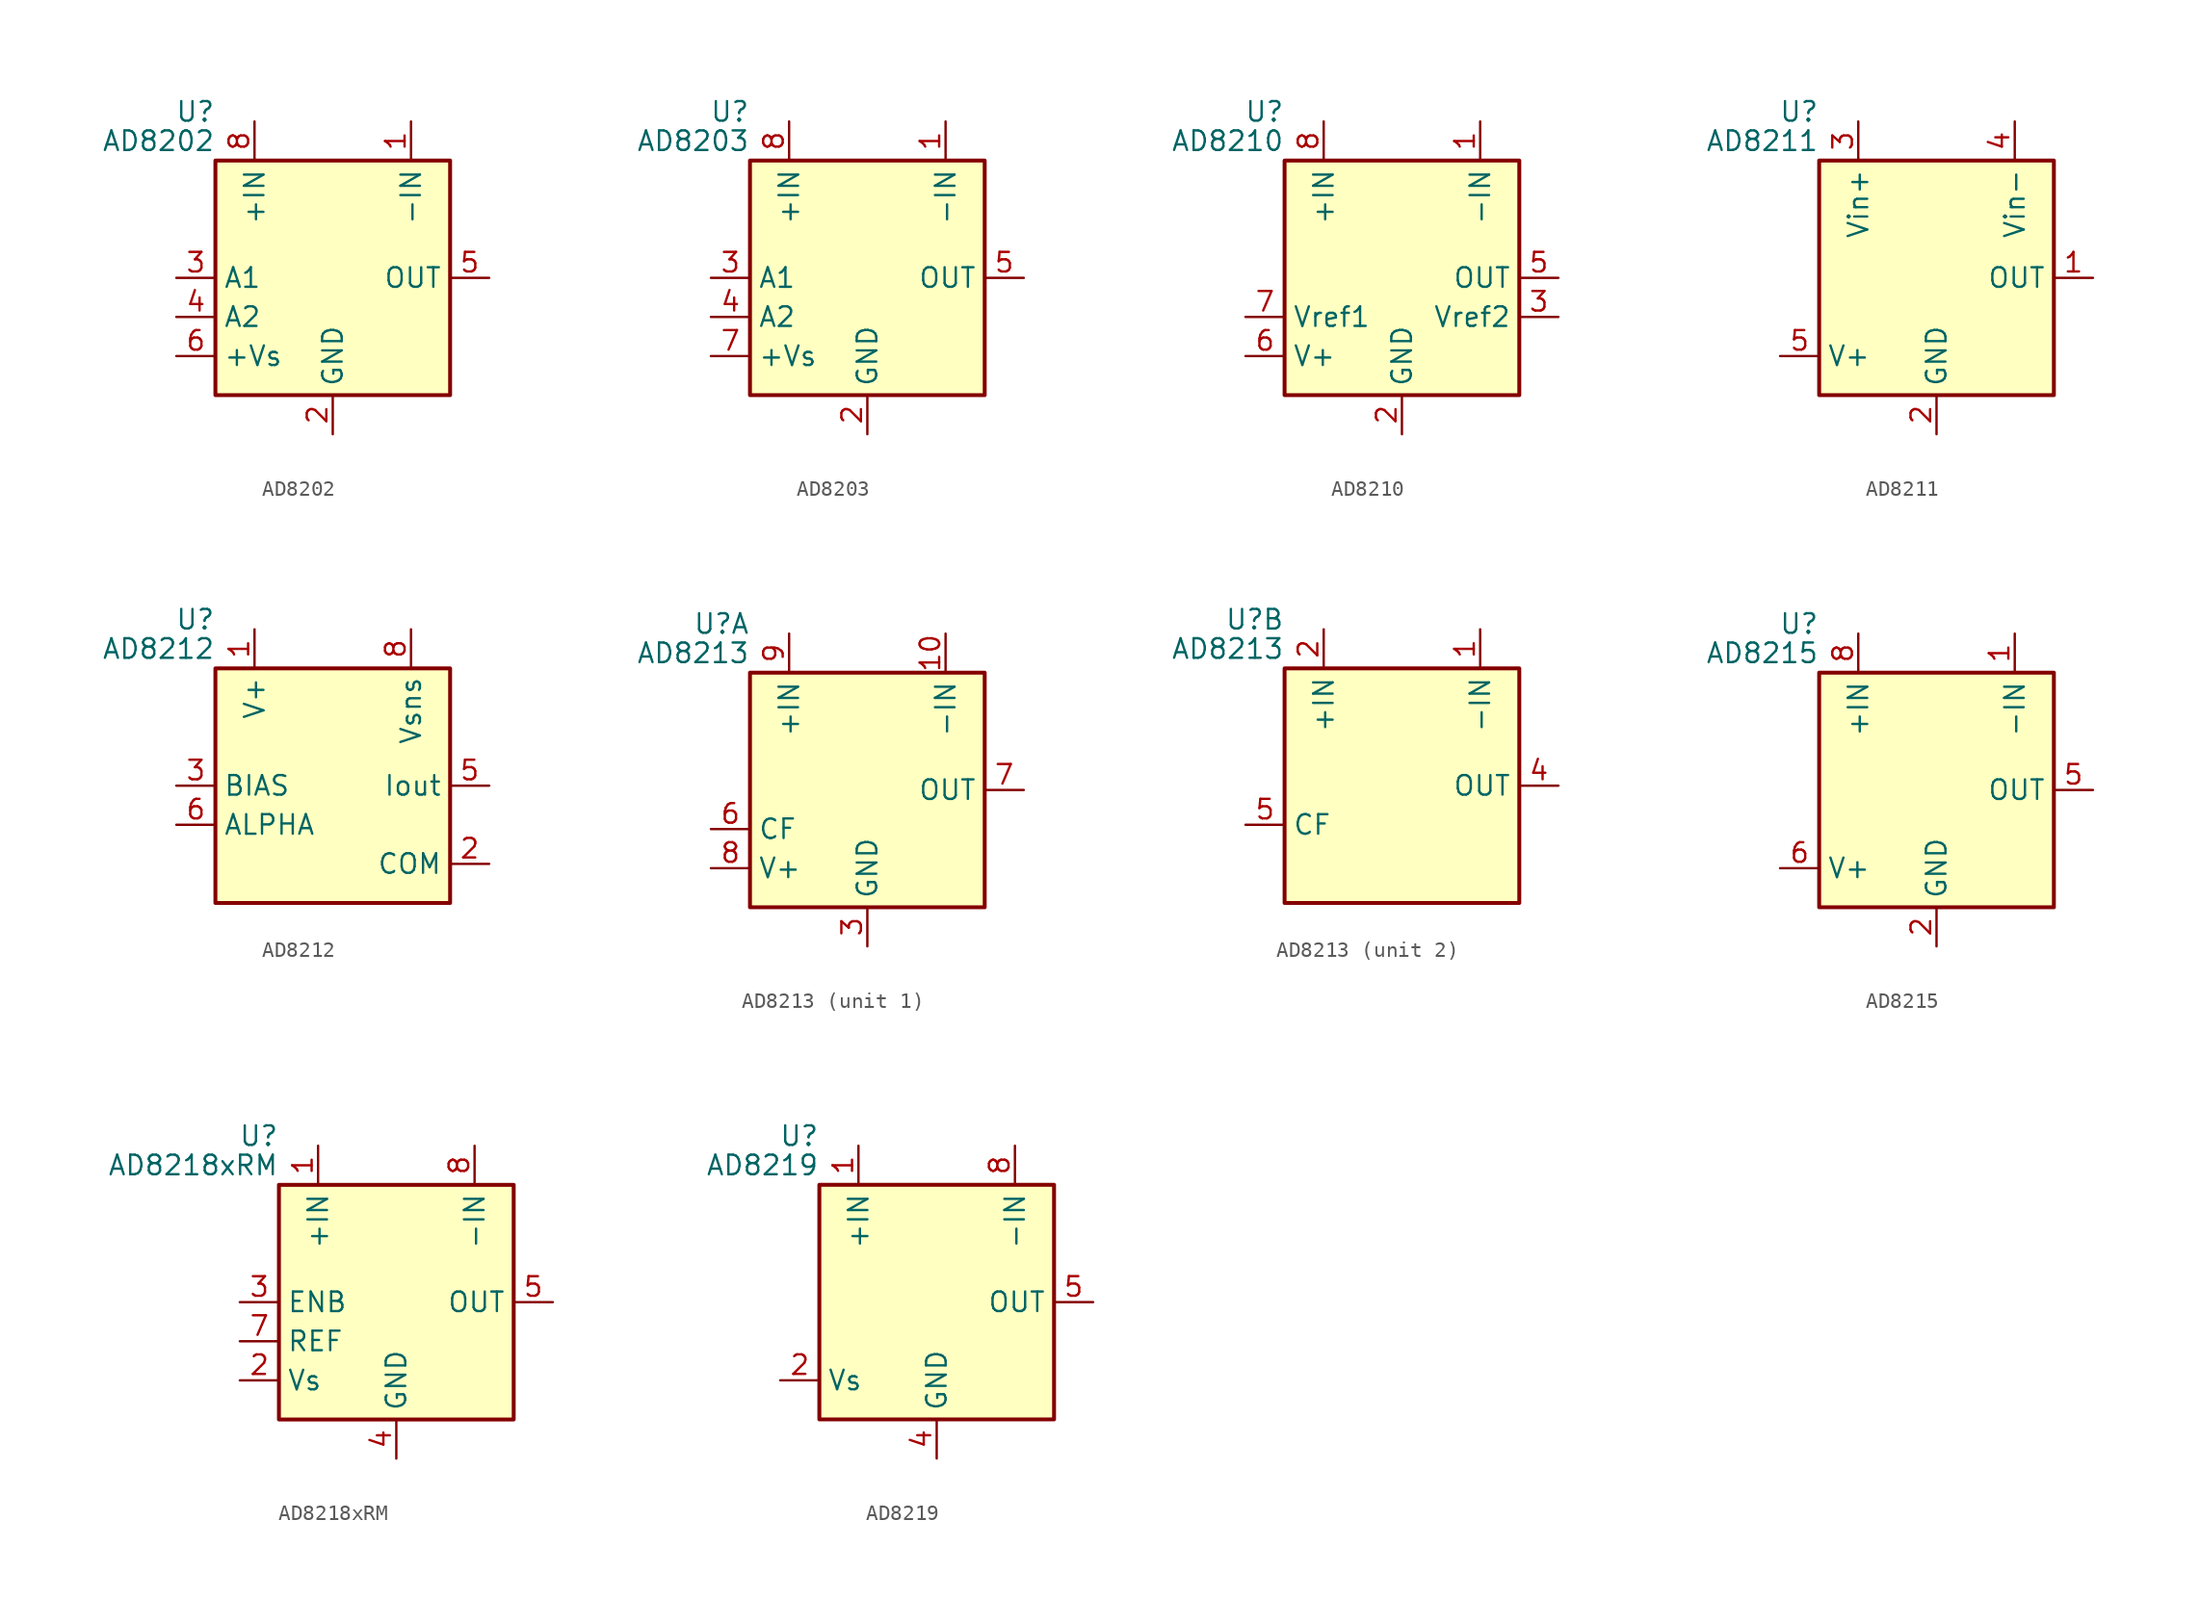
<source format=kicad_sym>
(kicad_symbol_lib
  (version 20211014)
  (generator kicad_symbol_editor)
  (symbol "AD8202"
    (property "Reference" "U"
      (at -7.62 10.795 0)
      (effects (font (size 1.27 1.27)) (justify right)))
    (property "Value" "AD8202"
      (at -7.62 8.89 0)
      (effects (font (size 1.27 1.27)) (justify right)))
    (symbol "AD8202_0_1"
      (rectangle (start -7.62 7.62) (end 7.62 -7.62) (stroke (width 0.254) (type default) (color 0 0 0 0)) (fill (type background))))
    (symbol "AD8202_1_1"
      (pin input line (at 5.08 10.16 270) (length 2.54) (name "-IN" (effects (font (size 1.27 1.27)))) (number "1" (effects (font (size 1.27 1.27)))))
      (pin power_in line (at 0 -10.16 90) (length 2.54) (name "GND" (effects (font (size 1.27 1.27)))) (number "2" (effects (font (size 1.27 1.27)))))
      (pin output line (at -10.16 0 0) (length 2.54) (name "A1" (effects (font (size 1.27 1.27)))) (number "3" (effects (font (size 1.27 1.27)))))
      (pin input line (at -10.16 -2.54 0) (length 2.54) (name "A2" (effects (font (size 1.27 1.27)))) (number "4" (effects (font (size 1.27 1.27)))))
      (pin output line (at 10.16 0 180) (length 2.54) (name "OUT" (effects (font (size 1.27 1.27)))) (number "5" (effects (font (size 1.27 1.27)))))
      (pin power_in line (at -10.16 -5.08 0) (length 2.54) (name "+Vs" (effects (font (size 1.27 1.27)))) (number "6" (effects (font (size 1.27 1.27)))))
      (pin no_connect line (at 2.54 -7.62 90) (length 2.54) hide (name "NC" (effects (font (size 1.27 1.27)))) (number "7" (effects (font (size 1.27 1.27)))))
      (pin input line (at -5.08 10.16 270) (length 2.54) (name "+IN" (effects (font (size 1.27 1.27)))) (number "8" (effects (font (size 1.27 1.27)))))))
  (symbol "AD8203"
    (property "Reference" "U"
      (at -7.62 10.795 0)
      (effects (font (size 1.27 1.27)) (justify right)))
    (property "Value" "AD8203"
      (at -7.62 8.89 0)
      (effects (font (size 1.27 1.27)) (justify right)))
    (symbol "AD8203_0_1"
      (rectangle (start -7.62 7.62) (end 7.62 -7.62) (stroke (width 0.254) (type default) (color 0 0 0 0)) (fill (type background))))
    (symbol "AD8203_1_1"
      (pin input line (at 5.08 10.16 270) (length 2.54) (name "-IN" (effects (font (size 1.27 1.27)))) (number "1" (effects (font (size 1.27 1.27)))))
      (pin power_in line (at 0 -10.16 90) (length 2.54) (name "GND" (effects (font (size 1.27 1.27)))) (number "2" (effects (font (size 1.27 1.27)))))
      (pin output line (at -10.16 0 0) (length 2.54) (name "A1" (effects (font (size 1.27 1.27)))) (number "3" (effects (font (size 1.27 1.27)))))
      (pin input line (at -10.16 -2.54 0) (length 2.54) (name "A2" (effects (font (size 1.27 1.27)))) (number "4" (effects (font (size 1.27 1.27)))))
      (pin output line (at 10.16 0 180) (length 2.54) (name "OUT" (effects (font (size 1.27 1.27)))) (number "5" (effects (font (size 1.27 1.27)))))
      (pin no_connect line (at 2.54 -7.62 90) (length 2.54) hide (name "NC" (effects (font (size 1.27 1.27)))) (number "6" (effects (font (size 1.27 1.27)))))
      (pin power_in line (at -10.16 -5.08 0) (length 2.54) (name "+Vs" (effects (font (size 1.27 1.27)))) (number "7" (effects (font (size 1.27 1.27)))))
      (pin input line (at -5.08 10.16 270) (length 2.54) (name "+IN" (effects (font (size 1.27 1.27)))) (number "8" (effects (font (size 1.27 1.27)))))))
  (symbol "AD8210"
    (property "Reference" "U"
      (at -7.62 10.795 0)
      (effects (font (size 1.27 1.27)) (justify right)))
    (property "Value" "AD8210"
      (at -7.62 8.89 0)
      (effects (font (size 1.27 1.27)) (justify right)))
    (symbol "AD8210_0_1"
      (rectangle (start -7.62 7.62) (end 7.62 -7.62) (stroke (width 0.254) (type default) (color 0 0 0 0)) (fill (type background))))
    (symbol "AD8210_1_1"
      (pin input line (at 5.08 10.16 270) (length 2.54) (name "-IN" (effects (font (size 1.27 1.27)))) (number "1" (effects (font (size 1.27 1.27)))))
      (pin power_in line (at 0 -10.16 90) (length 2.54) (name "GND" (effects (font (size 1.27 1.27)))) (number "2" (effects (font (size 1.27 1.27)))))
      (pin input line (at 10.16 -2.54 180) (length 2.54) (name "Vref2" (effects (font (size 1.27 1.27)))) (number "3" (effects (font (size 1.27 1.27)))))
      (pin no_connect line (at 2.54 -7.62 90) (length 2.54) hide (name "NC" (effects (font (size 1.27 1.27)))) (number "4" (effects (font (size 1.27 1.27)))))
      (pin output line (at 10.16 0 180) (length 2.54) (name "OUT" (effects (font (size 1.27 1.27)))) (number "5" (effects (font (size 1.27 1.27)))))
      (pin power_in line (at -10.16 -5.08 0) (length 2.54) (name "V+" (effects (font (size 1.27 1.27)))) (number "6" (effects (font (size 1.27 1.27)))))
      (pin input line (at -10.16 -2.54 0) (length 2.54) (name "Vref1" (effects (font (size 1.27 1.27)))) (number "7" (effects (font (size 1.27 1.27)))))
      (pin input line (at -5.08 10.16 270) (length 2.54) (name "+IN" (effects (font (size 1.27 1.27)))) (number "8" (effects (font (size 1.27 1.27)))))))
  (symbol "AD8211"
    (property "Reference" "U"
      (at -7.62 10.795 0)
      (effects (font (size 1.27 1.27)) (justify right)))
    (property "Value" "AD8211"
      (at -7.62 8.89 0)
      (effects (font (size 1.27 1.27)) (justify right)))
    (symbol "AD8211_0_1"
      (rectangle (start -7.62 7.62) (end 7.62 -7.62) (stroke (width 0.254) (type default) (color 0 0 0 0)) (fill (type background))))
    (symbol "AD8211_1_1"
      (pin output line (at 10.16 0 180) (length 2.54) (name "OUT" (effects (font (size 1.27 1.27)))) (number "1" (effects (font (size 1.27 1.27)))))
      (pin power_in line (at 0 -10.16 90) (length 2.54) (name "GND" (effects (font (size 1.27 1.27)))) (number "2" (effects (font (size 1.27 1.27)))))
      (pin input line (at -5.08 10.16 270) (length 2.54) (name "Vin+" (effects (font (size 1.27 1.27)))) (number "3" (effects (font (size 1.27 1.27)))))
      (pin input line (at 5.08 10.16 270) (length 2.54) (name "Vin-" (effects (font (size 1.27 1.27)))) (number "4" (effects (font (size 1.27 1.27)))))
      (pin power_in line (at -10.16 -5.08 0) (length 2.54) (name "V+" (effects (font (size 1.27 1.27)))) (number "5" (effects (font (size 1.27 1.27)))))))
  (symbol "AD8212"
    (property "Reference" "U"
      (at -7.62 10.795 0)
      (effects (font (size 1.27 1.27)) (justify right)))
    (property "Value" "AD8212"
      (at -7.62 8.89 0)
      (effects (font (size 1.27 1.27)) (justify right)))
    (symbol "AD8212_0_1"
      (rectangle (start -7.62 7.62) (end 7.62 -7.62) (stroke (width 0.254) (type default) (color 0 0 0 0)) (fill (type background))))
    (symbol "AD8212_1_1"
      (pin power_in line (at -5.08 10.16 270) (length 2.54) (name "V+" (effects (font (size 1.27 1.27)))) (number "1" (effects (font (size 1.27 1.27)))))
      (pin input line (at 10.16 -5.08 180) (length 2.54) (name "COM" (effects (font (size 1.27 1.27)))) (number "2" (effects (font (size 1.27 1.27)))))
      (pin input line (at -10.16 0 0) (length 2.54) (name "BIAS" (effects (font (size 1.27 1.27)))) (number "3" (effects (font (size 1.27 1.27)))))
      (pin no_connect line (at -2.54 -7.62 90) (length 2.54) hide (name "NC" (effects (font (size 1.27 1.27)))) (number "4" (effects (font (size 1.27 1.27)))))
      (pin output line (at 10.16 0 180) (length 2.54) (name "Iout" (effects (font (size 1.27 1.27)))) (number "5" (effects (font (size 1.27 1.27)))))
      (pin output line (at -10.16 -2.54 0) (length 2.54) (name "ALPHA" (effects (font (size 1.27 1.27)))) (number "6" (effects (font (size 1.27 1.27)))))
      (pin no_connect line (at 0 -7.62 90) (length 2.54) hide (name "NC" (effects (font (size 1.27 1.27)))) (number "7" (effects (font (size 1.27 1.27)))))
      (pin input line (at 5.08 10.16 270) (length 2.54) (name "Vsns" (effects (font (size 1.27 1.27)))) (number "8" (effects (font (size 1.27 1.27)))))))
  (symbol "AD8213"
    (property "Reference" "U"
      (at -7.62 10.795 0)
      (effects (font (size 1.27 1.27)) (justify right)))
    (property "Value" "AD8213"
      (at -7.62 8.89 0)
      (effects (font (size 1.27 1.27)) (justify right)))
    (symbol "AD8213_0_1"
      (rectangle (start -7.62 7.62) (end 7.62 -7.62) (stroke (width 0.254) (type default) (color 0 0 0 0)) (fill (type background))))
    (symbol "AD8213_1_1"
      (pin input line (at 5.08 10.16 270) (length 2.54) (name "-IN" (effects (font (size 1.27 1.27)))) (number "10" (effects (font (size 1.27 1.27)))))
      (pin power_in line (at 0 -10.16 90) (length 2.54) (name "GND" (effects (font (size 1.27 1.27)))) (number "3" (effects (font (size 1.27 1.27)))))
      (pin passive line (at -10.16 -2.54 0) (length 2.54) (name "CF" (effects (font (size 1.27 1.27)))) (number "6" (effects (font (size 1.27 1.27)))))
      (pin output line (at 10.16 0 180) (length 2.54) (name "OUT" (effects (font (size 1.27 1.27)))) (number "7" (effects (font (size 1.27 1.27)))))
      (pin power_in line (at -10.16 -5.08 0) (length 2.54) (name "V+" (effects (font (size 1.27 1.27)))) (number "8" (effects (font (size 1.27 1.27)))))
      (pin input line (at -5.08 10.16 270) (length 2.54) (name "+IN" (effects (font (size 1.27 1.27)))) (number "9" (effects (font (size 1.27 1.27))))))
    (symbol "AD8213_2_1"
      (pin input line (at 5.08 10.16 270) (length 2.54) (name "-IN" (effects (font (size 1.27 1.27)))) (number "1" (effects (font (size 1.27 1.27)))))
      (pin input line (at -5.08 10.16 270) (length 2.54) (name "+IN" (effects (font (size 1.27 1.27)))) (number "2" (effects (font (size 1.27 1.27)))))
      (pin output line (at 10.16 0 180) (length 2.54) (name "OUT" (effects (font (size 1.27 1.27)))) (number "4" (effects (font (size 1.27 1.27)))))
      (pin passive line (at -10.16 -2.54 0) (length 2.54) (name "CF" (effects (font (size 1.27 1.27)))) (number "5" (effects (font (size 1.27 1.27)))))))
  (symbol "AD8215"
    (property "Reference" "U"
      (at -7.62 10.795 0)
      (effects (font (size 1.27 1.27)) (justify right)))
    (property "Value" "AD8215"
      (at -7.62 8.89 0)
      (effects (font (size 1.27 1.27)) (justify right)))
    (symbol "AD8215_0_1"
      (rectangle (start -7.62 7.62) (end 7.62 -7.62) (stroke (width 0.254) (type default) (color 0 0 0 0)) (fill (type background))))
    (symbol "AD8215_1_1"
      (pin input line (at 5.08 10.16 270) (length 2.54) (name "-IN" (effects (font (size 1.27 1.27)))) (number "1" (effects (font (size 1.27 1.27)))))
      (pin power_in line (at 0 -10.16 90) (length 2.54) (name "GND" (effects (font (size 1.27 1.27)))) (number "2" (effects (font (size 1.27 1.27)))))
      (pin no_connect line (at -2.54 -7.62 90) (length 2.54) hide (name "NC" (effects (font (size 1.27 1.27)))) (number "3" (effects (font (size 1.27 1.27)))))
      (pin no_connect line (at 2.54 -7.62 90) (length 2.54) hide (name "NC" (effects (font (size 1.27 1.27)))) (number "4" (effects (font (size 1.27 1.27)))))
      (pin output line (at 10.16 0 180) (length 2.54) (name "OUT" (effects (font (size 1.27 1.27)))) (number "5" (effects (font (size 1.27 1.27)))))
      (pin power_in line (at -10.16 -5.08 0) (length 2.54) (name "V+" (effects (font (size 1.27 1.27)))) (number "6" (effects (font (size 1.27 1.27)))))
      (pin no_connect line (at 5.08 -7.62 90) (length 2.54) hide (name "NC" (effects (font (size 1.27 1.27)))) (number "7" (effects (font (size 1.27 1.27)))))
      (pin input line (at -5.08 10.16 270) (length 2.54) (name "+IN" (effects (font (size 1.27 1.27)))) (number "8" (effects (font (size 1.27 1.27)))))))
  (symbol "AD8218xRM"
    (property "Reference" "U"
      (at -7.62 10.795 0)
      (effects (font (size 1.27 1.27)) (justify right)))
    (property "Value" "AD8218xRM"
      (at -7.62 8.89 0)
      (effects (font (size 1.27 1.27)) (justify right)))
    (symbol "AD8218xRM_0_1"
      (rectangle (start -7.62 7.62) (end 7.62 -7.62) (stroke (width 0.254) (type default) (color 0 0 0 0)) (fill (type background))))
    (symbol "AD8218xRM_1_1"
      (pin input line (at -5.08 10.16 270) (length 2.54) (name "+IN" (effects (font (size 1.27 1.27)))) (number "1" (effects (font (size 1.27 1.27)))))
      (pin passive line (at -10.16 -5.08 0) (length 2.54) (name "Vs" (effects (font (size 1.27 1.27)))) (number "2" (effects (font (size 1.27 1.27)))))
      (pin input line (at -10.16 0 0) (length 2.54) (name "ENB" (effects (font (size 1.27 1.27)))) (number "3" (effects (font (size 1.27 1.27)))))
      (pin power_in line (at 0 -10.16 90) (length 2.54) (name "GND" (effects (font (size 1.27 1.27)))) (number "4" (effects (font (size 1.27 1.27)))))
      (pin output line (at 10.16 0 180) (length 2.54) (name "OUT" (effects (font (size 1.27 1.27)))) (number "5" (effects (font (size 1.27 1.27)))))
      (pin no_connect line (at 2.54 -7.62 90) (length 2.54) hide (name "NC" (effects (font (size 1.27 1.27)))) (number "6" (effects (font (size 1.27 1.27)))))
      (pin input line (at -10.16 -2.54 0) (length 2.54) (name "REF" (effects (font (size 1.27 1.27)))) (number "7" (effects (font (size 1.27 1.27)))))
      (pin input line (at 5.08 10.16 270) (length 2.54) (name "-IN" (effects (font (size 1.27 1.27)))) (number "8" (effects (font (size 1.27 1.27)))))))
  (symbol "AD8219"
    (property "Reference" "U"
      (at -7.62 10.795 0)
      (effects (font (size 1.27 1.27)) (justify right)))
    (property "Value" "AD8219"
      (at -7.62 8.89 0)
      (effects (font (size 1.27 1.27)) (justify right)))
    (symbol "AD8219_0_1"
      (rectangle (start -7.62 7.62) (end 7.62 -7.62) (stroke (width 0.254) (type default) (color 0 0 0 0)) (fill (type background))))
    (symbol "AD8219_1_1"
      (pin input line (at -5.08 10.16 270) (length 2.54) (name "+IN" (effects (font (size 1.27 1.27)))) (number "1" (effects (font (size 1.27 1.27)))))
      (pin power_in line (at -10.16 -5.08 0) (length 2.54) (name "Vs" (effects (font (size 1.27 1.27)))) (number "2" (effects (font (size 1.27 1.27)))))
      (pin no_connect line (at -2.54 -7.62 90) (length 2.54) hide (name "NC" (effects (font (size 1.27 1.27)))) (number "3" (effects (font (size 1.27 1.27)))))
      (pin power_in line (at 0 -10.16 90) (length 2.54) (name "GND" (effects (font (size 1.27 1.27)))) (number "4" (effects (font (size 1.27 1.27)))))
      (pin output line (at 10.16 0 180) (length 2.54) (name "OUT" (effects (font (size 1.27 1.27)))) (number "5" (effects (font (size 1.27 1.27)))))
      (pin no_connect line (at 2.54 -7.62 90) (length 2.54) hide (name "NC" (effects (font (size 1.27 1.27)))) (number "6" (effects (font (size 1.27 1.27)))))
      (pin no_connect line (at 5.08 -7.62 90) (length 2.54) hide (name "NC" (effects (font (size 1.27 1.27)))) (number "7" (effects (font (size 1.27 1.27)))))
      (pin input line (at 5.08 10.16 270) (length 2.54) (name "-IN" (effects (font (size 1.27 1.27)))) (number "8" (effects (font (size 1.27 1.27))))))))
</source>
